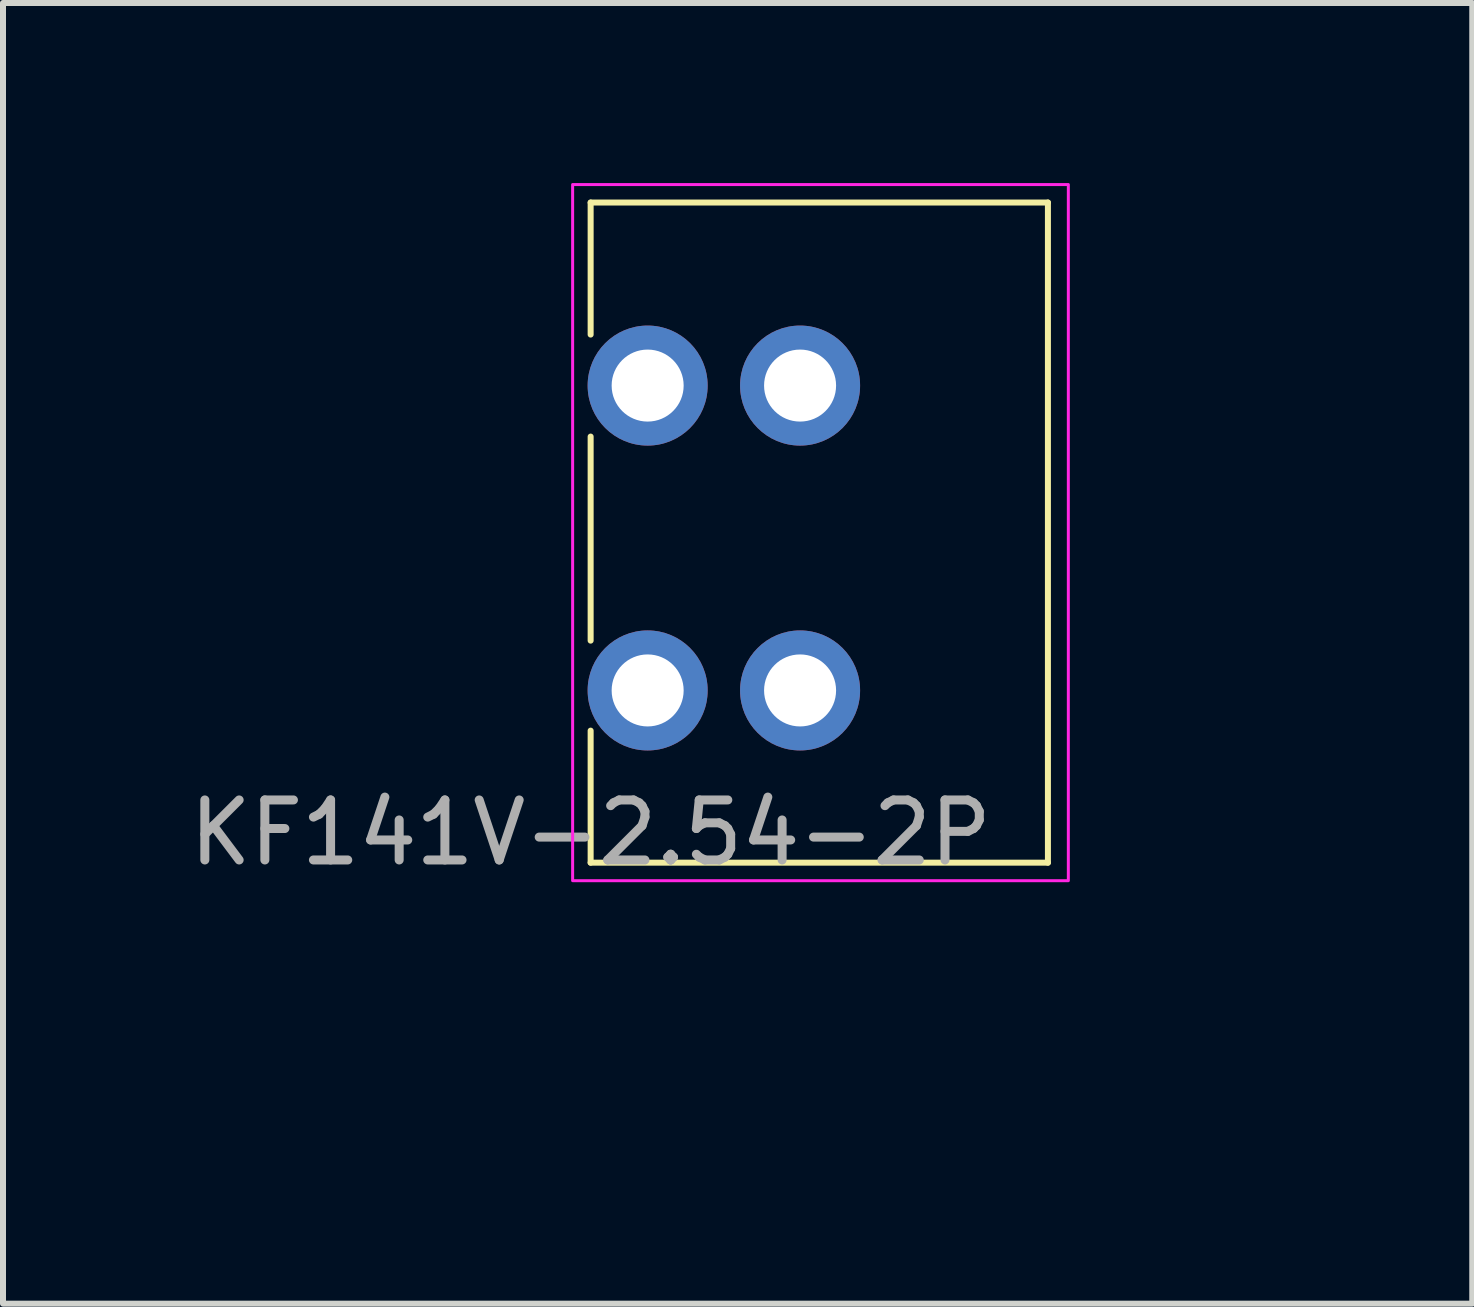
<source format=kicad_pcb>
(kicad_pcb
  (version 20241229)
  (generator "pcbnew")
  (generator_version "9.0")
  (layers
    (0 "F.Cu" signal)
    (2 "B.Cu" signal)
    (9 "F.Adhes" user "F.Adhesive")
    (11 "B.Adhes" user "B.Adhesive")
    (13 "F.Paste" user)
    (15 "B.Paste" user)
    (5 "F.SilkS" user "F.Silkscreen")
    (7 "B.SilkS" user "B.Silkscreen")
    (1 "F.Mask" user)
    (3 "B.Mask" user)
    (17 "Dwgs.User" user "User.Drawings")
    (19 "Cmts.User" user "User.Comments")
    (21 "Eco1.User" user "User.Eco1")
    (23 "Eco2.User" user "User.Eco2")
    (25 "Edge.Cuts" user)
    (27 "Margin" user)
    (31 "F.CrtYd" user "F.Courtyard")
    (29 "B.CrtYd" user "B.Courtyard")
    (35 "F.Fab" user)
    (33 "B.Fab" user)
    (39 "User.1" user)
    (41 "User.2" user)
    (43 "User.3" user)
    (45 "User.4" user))
  (footprint "KF141V-2.54-2P"
    (layer "F.Cu")
    (at 6.792 11.325)
    (property "Reference" "KF141V-2.54-2P" (at 0 -0.5 0) (unlocked yes) (layer "F.Fab") (effects (font (size 1 1) (thickness 0.15))))
    (attr through_hole)
    (fp_line (start 0 -11) (end 0 -8.8) (stroke (width 0.1) (type default)) (layer "F.SilkS"))
    (fp_line (start 0 -7.1) (end 0 -3.7) (stroke (width 0.1) (type default)) (layer "F.SilkS"))
    (fp_line (start 0 -2.2) (end 0 0) (stroke (width 0.1) (type default)) (layer "F.SilkS"))
    (fp_line (start 0 0) (end 7.62 0) (stroke (width 0.1) (type default)) (layer "F.SilkS"))
    (fp_line (start 7.62 -11) (end 0 -11) (stroke (width 0.1) (type default)) (layer "F.SilkS"))
    (fp_line (start 7.62 0) (end 7.62 -11) (stroke (width 0.1) (type default)) (layer "F.SilkS"))
    (fp_rect (start -0.3 -11.3) (end 7.96 0.3) (stroke (width 0.05) (type solid)) (fill no) (layer "F.CrtYd"))
    (fp_text user "${REFERENCE}" (at 4.9 3.5 0) (unlocked yes) (layer "User.6") (effects (font (size 1 1) (thickness 0.15))))
    (pad "1" thru_hole circle (at 0.95 -7.95) (size 2 2) (drill 1.2) (layers "*.Cu" "*.Mask"))
    (pad "1" thru_hole circle (at 0.95 -2.87) (size 2 2) (drill 1.2) (layers "*.Cu" "*.Mask"))
    (pad "2" thru_hole circle (at 3.49 -7.95) (size 2 2) (drill 1.2) (layers "*.Cu" "*.Mask"))
    (pad "2" thru_hole circle (at 3.49 -2.87) (size 2 2) (drill 1.2) (layers "*.Cu" "*.Mask")))
  (gr_rect
    (start -3 -3)
    (end 21.483 18.673)
    (stroke (width 0.1) (type default))
    (fill no)
    (layer "Edge.Cuts")))
</source>
